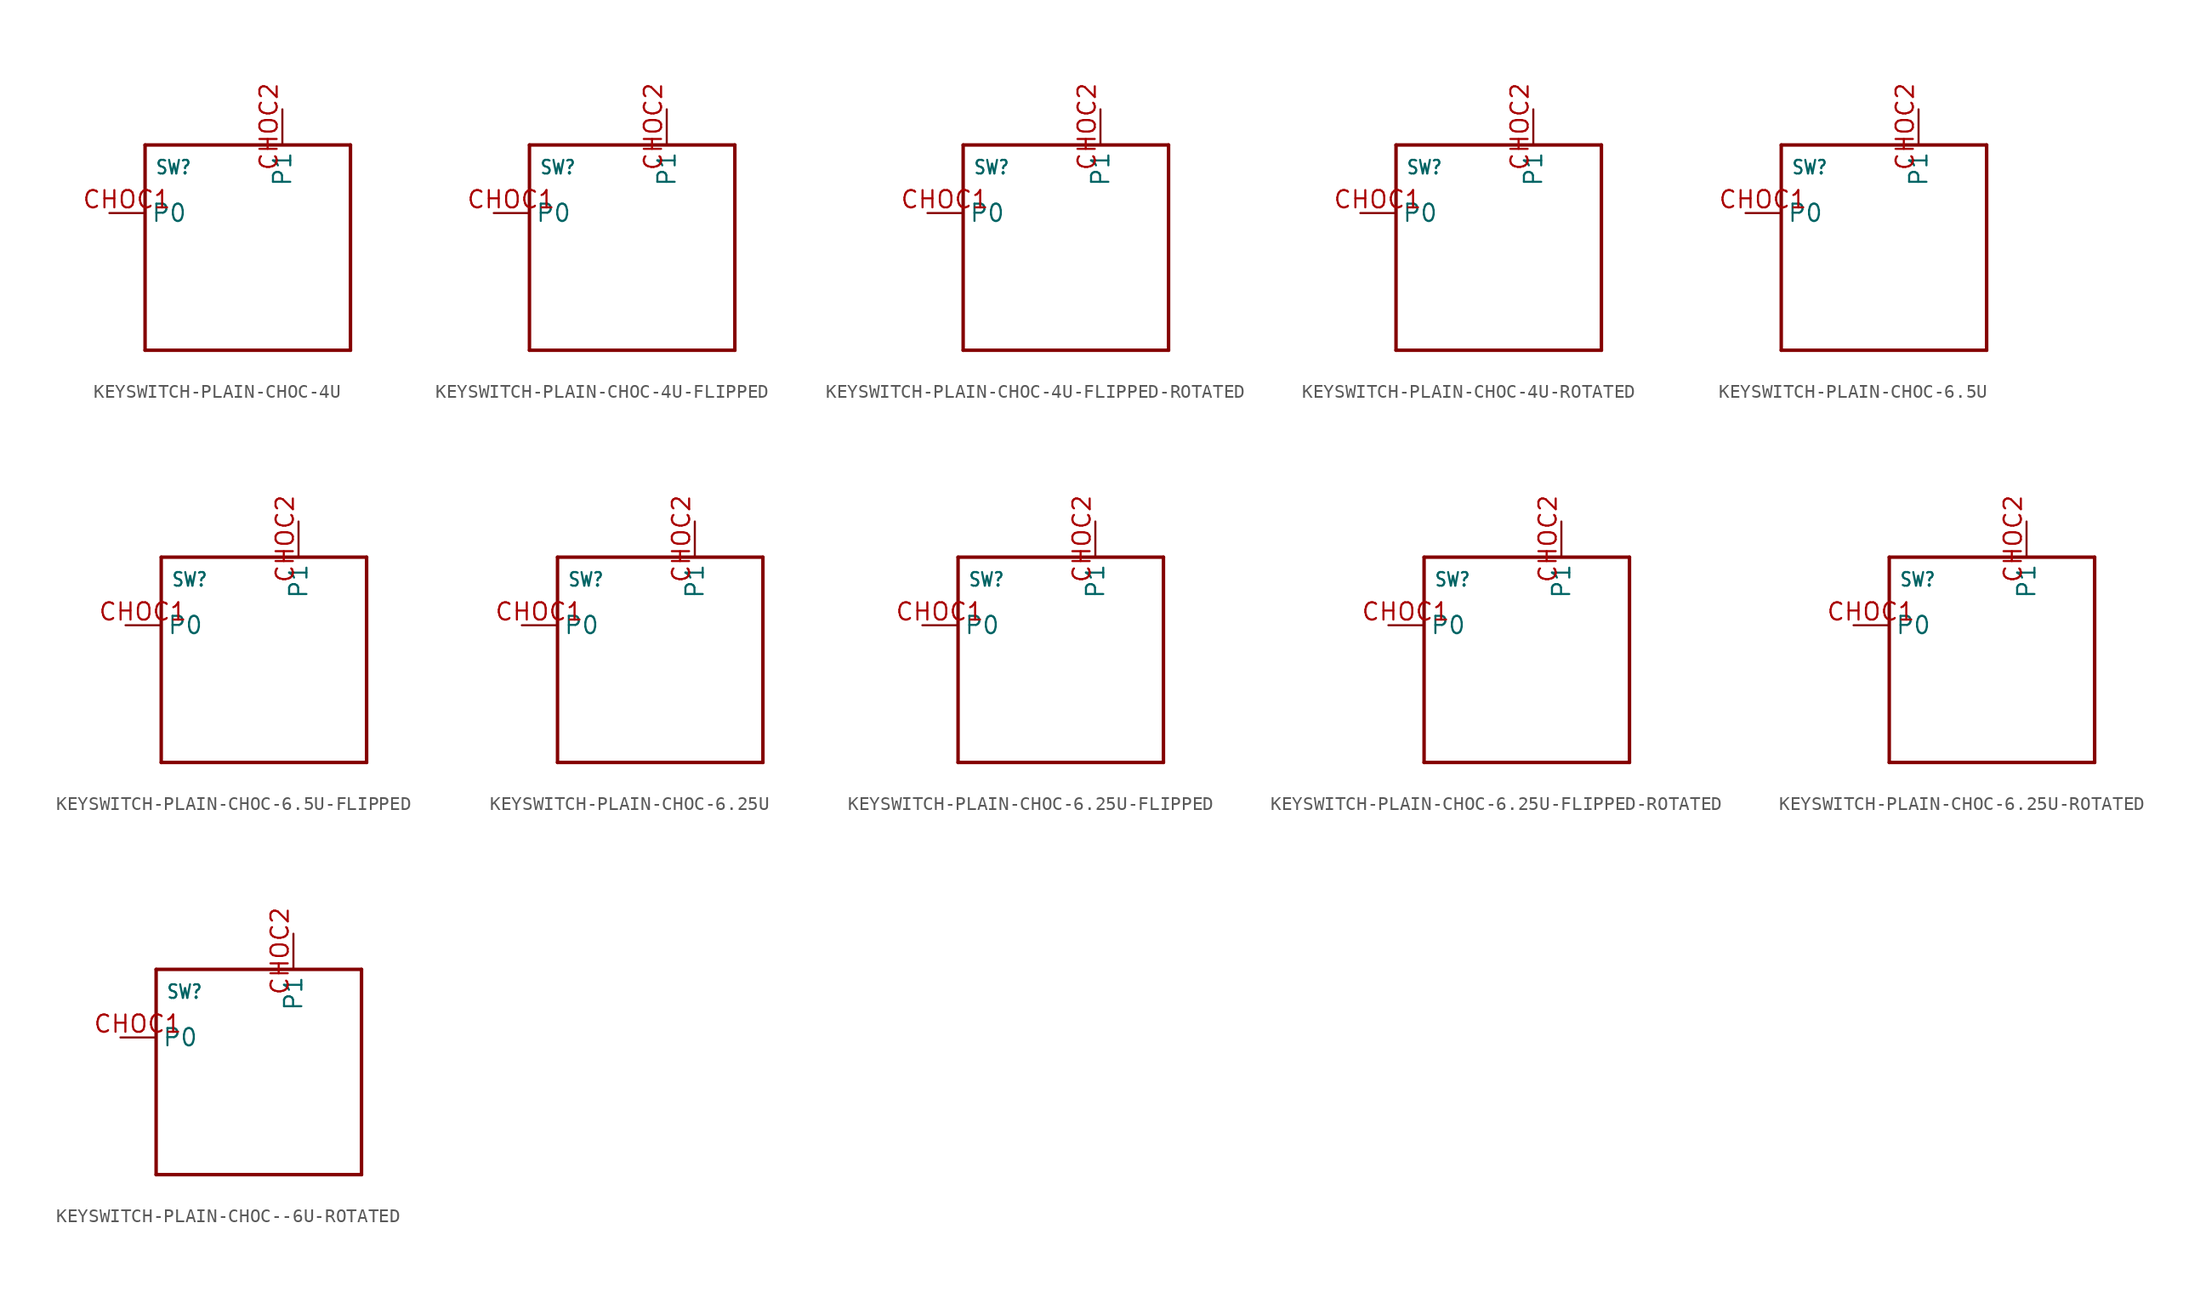
<source format=kicad_sym>
(kicad_symbol_lib
  (version 20211014)
  (generator kicad_symbol_editor)
  (symbol "KEYSWITCH-PLAIN-CHOC-4U"
    (property "Reference" "SW"
      (at -6.81 5.318 0)
      (effects (font (size 1 0.85)) (justify left bottom)))
    (property "ki_locked" ""
      (at 0 0 0)
      (effects (font (size 1.27 1.27))))
    (symbol "KEYSWITCH-PLAIN-CHOC-4U_1_0"
      (polyline (pts (xy -7.54 -7.54) (xy -7.54 7.54)) (stroke (width 0.254) (type default) (color 0 0 0 0)) (fill (type none)))
      (polyline (pts (xy -7.54 7.54) (xy 7.54 7.54)) (stroke (width 0.254) (type default) (color 0 0 0 0)) (fill (type none)))
      (polyline (pts (xy 7.54 -7.54) (xy -7.54 -7.54)) (stroke (width 0.254) (type default) (color 0 0 0 0)) (fill (type none)))
      (polyline (pts (xy 7.54 7.54) (xy 7.54 -7.54)) (stroke (width 0.254) (type default) (color 0 0 0 0)) (fill (type none)))
      (pin bidirectional line (at -10.16 2.54 0) (length 2.54) (name "P0" (effects (font (size 1.27 1.27)))) (number "CHOC1" (effects (font (size 1.27 1.27)))))
      (pin bidirectional line (at 2.54 10.16 270) (length 2.54) (name "P1" (effects (font (size 1.27 1.27)))) (number "CHOC2" (effects (font (size 1.27 1.27)))))))
  (symbol "KEYSWITCH-PLAIN-CHOC-4U-FLIPPED"
    (property "Reference" "SW"
      (at -6.81 5.318 0)
      (effects (font (size 1 0.85)) (justify left bottom)))
    (property "ki_locked" ""
      (at 0 0 0)
      (effects (font (size 1.27 1.27))))
    (symbol "KEYSWITCH-PLAIN-CHOC-4U-FLIPPED_1_0"
      (polyline (pts (xy -7.54 -7.54) (xy -7.54 7.54)) (stroke (width 0.254) (type default) (color 0 0 0 0)) (fill (type none)))
      (polyline (pts (xy -7.54 7.54) (xy 7.54 7.54)) (stroke (width 0.254) (type default) (color 0 0 0 0)) (fill (type none)))
      (polyline (pts (xy 7.54 -7.54) (xy -7.54 -7.54)) (stroke (width 0.254) (type default) (color 0 0 0 0)) (fill (type none)))
      (polyline (pts (xy 7.54 7.54) (xy 7.54 -7.54)) (stroke (width 0.254) (type default) (color 0 0 0 0)) (fill (type none)))
      (pin bidirectional line (at -10.16 2.54 0) (length 2.54) (name "P0" (effects (font (size 1.27 1.27)))) (number "CHOC1" (effects (font (size 1.27 1.27)))))
      (pin bidirectional line (at 2.54 10.16 270) (length 2.54) (name "P1" (effects (font (size 1.27 1.27)))) (number "CHOC2" (effects (font (size 1.27 1.27)))))))
  (symbol "KEYSWITCH-PLAIN-CHOC-4U-FLIPPED-ROTATED"
    (property "Reference" "SW"
      (at -6.81 5.318 0)
      (effects (font (size 1 0.85)) (justify left bottom)))
    (property "ki_locked" ""
      (at 0 0 0)
      (effects (font (size 1.27 1.27))))
    (symbol "KEYSWITCH-PLAIN-CHOC-4U-FLIPPED-ROTATED_1_0"
      (polyline (pts (xy -7.54 -7.54) (xy -7.54 7.54)) (stroke (width 0.254) (type default) (color 0 0 0 0)) (fill (type none)))
      (polyline (pts (xy -7.54 7.54) (xy 7.54 7.54)) (stroke (width 0.254) (type default) (color 0 0 0 0)) (fill (type none)))
      (polyline (pts (xy 7.54 -7.54) (xy -7.54 -7.54)) (stroke (width 0.254) (type default) (color 0 0 0 0)) (fill (type none)))
      (polyline (pts (xy 7.54 7.54) (xy 7.54 -7.54)) (stroke (width 0.254) (type default) (color 0 0 0 0)) (fill (type none)))
      (pin bidirectional line (at -10.16 2.54 0) (length 2.54) (name "P0" (effects (font (size 1.27 1.27)))) (number "CHOC1" (effects (font (size 1.27 1.27)))))
      (pin bidirectional line (at 2.54 10.16 270) (length 2.54) (name "P1" (effects (font (size 1.27 1.27)))) (number "CHOC2" (effects (font (size 1.27 1.27)))))))
  (symbol "KEYSWITCH-PLAIN-CHOC-4U-ROTATED"
    (property "Reference" "SW"
      (at -6.81 5.318 0)
      (effects (font (size 1 0.85)) (justify left bottom)))
    (property "ki_locked" ""
      (at 0 0 0)
      (effects (font (size 1.27 1.27))))
    (symbol "KEYSWITCH-PLAIN-CHOC-4U-ROTATED_1_0"
      (polyline (pts (xy -7.54 -7.54) (xy -7.54 7.54)) (stroke (width 0.254) (type default) (color 0 0 0 0)) (fill (type none)))
      (polyline (pts (xy -7.54 7.54) (xy 7.54 7.54)) (stroke (width 0.254) (type default) (color 0 0 0 0)) (fill (type none)))
      (polyline (pts (xy 7.54 -7.54) (xy -7.54 -7.54)) (stroke (width 0.254) (type default) (color 0 0 0 0)) (fill (type none)))
      (polyline (pts (xy 7.54 7.54) (xy 7.54 -7.54)) (stroke (width 0.254) (type default) (color 0 0 0 0)) (fill (type none)))
      (pin bidirectional line (at -10.16 2.54 0) (length 2.54) (name "P0" (effects (font (size 1.27 1.27)))) (number "CHOC1" (effects (font (size 1.27 1.27)))))
      (pin bidirectional line (at 2.54 10.16 270) (length 2.54) (name "P1" (effects (font (size 1.27 1.27)))) (number "CHOC2" (effects (font (size 1.27 1.27)))))))
  (symbol "KEYSWITCH-PLAIN-CHOC-6.5U"
    (property "Reference" "SW"
      (at -6.81 5.318 0)
      (effects (font (size 1 0.85)) (justify left bottom)))
    (property "ki_locked" ""
      (at 0 0 0)
      (effects (font (size 1.27 1.27))))
    (symbol "KEYSWITCH-PLAIN-CHOC-6.5U_1_0"
      (polyline (pts (xy -7.54 -7.54) (xy -7.54 7.54)) (stroke (width 0.254) (type default) (color 0 0 0 0)) (fill (type none)))
      (polyline (pts (xy -7.54 7.54) (xy 7.54 7.54)) (stroke (width 0.254) (type default) (color 0 0 0 0)) (fill (type none)))
      (polyline (pts (xy 7.54 -7.54) (xy -7.54 -7.54)) (stroke (width 0.254) (type default) (color 0 0 0 0)) (fill (type none)))
      (polyline (pts (xy 7.54 7.54) (xy 7.54 -7.54)) (stroke (width 0.254) (type default) (color 0 0 0 0)) (fill (type none)))
      (pin bidirectional line (at -10.16 2.54 0) (length 2.54) (name "P0" (effects (font (size 1.27 1.27)))) (number "CHOC1" (effects (font (size 1.27 1.27)))))
      (pin bidirectional line (at 2.54 10.16 270) (length 2.54) (name "P1" (effects (font (size 1.27 1.27)))) (number "CHOC2" (effects (font (size 1.27 1.27)))))))
  (symbol "KEYSWITCH-PLAIN-CHOC-6.5U-FLIPPED"
    (property "Reference" "SW"
      (at -6.81 5.318 0)
      (effects (font (size 1 0.85)) (justify left bottom)))
    (property "ki_locked" ""
      (at 0 0 0)
      (effects (font (size 1.27 1.27))))
    (symbol "KEYSWITCH-PLAIN-CHOC-6.5U-FLIPPED_1_0"
      (polyline (pts (xy -7.54 -7.54) (xy -7.54 7.54)) (stroke (width 0.254) (type default) (color 0 0 0 0)) (fill (type none)))
      (polyline (pts (xy -7.54 7.54) (xy 7.54 7.54)) (stroke (width 0.254) (type default) (color 0 0 0 0)) (fill (type none)))
      (polyline (pts (xy 7.54 -7.54) (xy -7.54 -7.54)) (stroke (width 0.254) (type default) (color 0 0 0 0)) (fill (type none)))
      (polyline (pts (xy 7.54 7.54) (xy 7.54 -7.54)) (stroke (width 0.254) (type default) (color 0 0 0 0)) (fill (type none)))
      (pin bidirectional line (at -10.16 2.54 0) (length 2.54) (name "P0" (effects (font (size 1.27 1.27)))) (number "CHOC1" (effects (font (size 1.27 1.27)))))
      (pin bidirectional line (at 2.54 10.16 270) (length 2.54) (name "P1" (effects (font (size 1.27 1.27)))) (number "CHOC2" (effects (font (size 1.27 1.27)))))))
  (symbol "KEYSWITCH-PLAIN-CHOC-6.25U"
    (property "Reference" "SW"
      (at -6.81 5.318 0)
      (effects (font (size 1 0.85)) (justify left bottom)))
    (property "ki_locked" ""
      (at 0 0 0)
      (effects (font (size 1.27 1.27))))
    (symbol "KEYSWITCH-PLAIN-CHOC-6.25U_1_0"
      (polyline (pts (xy -7.54 -7.54) (xy -7.54 7.54)) (stroke (width 0.254) (type default) (color 0 0 0 0)) (fill (type none)))
      (polyline (pts (xy -7.54 7.54) (xy 7.54 7.54)) (stroke (width 0.254) (type default) (color 0 0 0 0)) (fill (type none)))
      (polyline (pts (xy 7.54 -7.54) (xy -7.54 -7.54)) (stroke (width 0.254) (type default) (color 0 0 0 0)) (fill (type none)))
      (polyline (pts (xy 7.54 7.54) (xy 7.54 -7.54)) (stroke (width 0.254) (type default) (color 0 0 0 0)) (fill (type none)))
      (pin bidirectional line (at -10.16 2.54 0) (length 2.54) (name "P0" (effects (font (size 1.27 1.27)))) (number "CHOC1" (effects (font (size 1.27 1.27)))))
      (pin bidirectional line (at 2.54 10.16 270) (length 2.54) (name "P1" (effects (font (size 1.27 1.27)))) (number "CHOC2" (effects (font (size 1.27 1.27)))))))
  (symbol "KEYSWITCH-PLAIN-CHOC-6.25U-FLIPPED"
    (property "Reference" "SW"
      (at -6.81 5.318 0)
      (effects (font (size 1 0.85)) (justify left bottom)))
    (property "ki_locked" ""
      (at 0 0 0)
      (effects (font (size 1.27 1.27))))
    (symbol "KEYSWITCH-PLAIN-CHOC-6.25U-FLIPPED_1_0"
      (polyline (pts (xy -7.54 -7.54) (xy -7.54 7.54)) (stroke (width 0.254) (type default) (color 0 0 0 0)) (fill (type none)))
      (polyline (pts (xy -7.54 7.54) (xy 7.54 7.54)) (stroke (width 0.254) (type default) (color 0 0 0 0)) (fill (type none)))
      (polyline (pts (xy 7.54 -7.54) (xy -7.54 -7.54)) (stroke (width 0.254) (type default) (color 0 0 0 0)) (fill (type none)))
      (polyline (pts (xy 7.54 7.54) (xy 7.54 -7.54)) (stroke (width 0.254) (type default) (color 0 0 0 0)) (fill (type none)))
      (pin bidirectional line (at -10.16 2.54 0) (length 2.54) (name "P0" (effects (font (size 1.27 1.27)))) (number "CHOC1" (effects (font (size 1.27 1.27)))))
      (pin bidirectional line (at 2.54 10.16 270) (length 2.54) (name "P1" (effects (font (size 1.27 1.27)))) (number "CHOC2" (effects (font (size 1.27 1.27)))))))
  (symbol "KEYSWITCH-PLAIN-CHOC-6.25U-FLIPPED-ROTATED"
    (property "Reference" "SW"
      (at -6.81 5.318 0)
      (effects (font (size 1 0.85)) (justify left bottom)))
    (property "ki_locked" ""
      (at 0 0 0)
      (effects (font (size 1.27 1.27))))
    (symbol "KEYSWITCH-PLAIN-CHOC-6.25U-FLIPPED-ROTATED_1_0"
      (polyline (pts (xy -7.54 -7.54) (xy -7.54 7.54)) (stroke (width 0.254) (type default) (color 0 0 0 0)) (fill (type none)))
      (polyline (pts (xy -7.54 7.54) (xy 7.54 7.54)) (stroke (width 0.254) (type default) (color 0 0 0 0)) (fill (type none)))
      (polyline (pts (xy 7.54 -7.54) (xy -7.54 -7.54)) (stroke (width 0.254) (type default) (color 0 0 0 0)) (fill (type none)))
      (polyline (pts (xy 7.54 7.54) (xy 7.54 -7.54)) (stroke (width 0.254) (type default) (color 0 0 0 0)) (fill (type none)))
      (pin bidirectional line (at -10.16 2.54 0) (length 2.54) (name "P0" (effects (font (size 1.27 1.27)))) (number "CHOC1" (effects (font (size 1.27 1.27)))))
      (pin bidirectional line (at 2.54 10.16 270) (length 2.54) (name "P1" (effects (font (size 1.27 1.27)))) (number "CHOC2" (effects (font (size 1.27 1.27)))))))
  (symbol "KEYSWITCH-PLAIN-CHOC-6.25U-ROTATED"
    (property "Reference" "SW"
      (at -6.81 5.318 0)
      (effects (font (size 1 0.85)) (justify left bottom)))
    (property "ki_locked" ""
      (at 0 0 0)
      (effects (font (size 1.27 1.27))))
    (symbol "KEYSWITCH-PLAIN-CHOC-6.25U-ROTATED_1_0"
      (polyline (pts (xy -7.54 -7.54) (xy -7.54 7.54)) (stroke (width 0.254) (type default) (color 0 0 0 0)) (fill (type none)))
      (polyline (pts (xy -7.54 7.54) (xy 7.54 7.54)) (stroke (width 0.254) (type default) (color 0 0 0 0)) (fill (type none)))
      (polyline (pts (xy 7.54 -7.54) (xy -7.54 -7.54)) (stroke (width 0.254) (type default) (color 0 0 0 0)) (fill (type none)))
      (polyline (pts (xy 7.54 7.54) (xy 7.54 -7.54)) (stroke (width 0.254) (type default) (color 0 0 0 0)) (fill (type none)))
      (pin bidirectional line (at -10.16 2.54 0) (length 2.54) (name "P0" (effects (font (size 1.27 1.27)))) (number "CHOC1" (effects (font (size 1.27 1.27)))))
      (pin bidirectional line (at 2.54 10.16 270) (length 2.54) (name "P1" (effects (font (size 1.27 1.27)))) (number "CHOC2" (effects (font (size 1.27 1.27)))))))
  (symbol "KEYSWITCH-PLAIN-CHOC--6U-ROTATED"
    (property "Reference" "SW"
      (at -6.81 5.318 0)
      (effects (font (size 1 0.85)) (justify left bottom)))
    (property "ki_locked" ""
      (at 0 0 0)
      (effects (font (size 1.27 1.27))))
    (symbol "KEYSWITCH-PLAIN-CHOC--6U-ROTATED_1_0"
      (polyline (pts (xy -7.54 -7.54) (xy -7.54 7.54)) (stroke (width 0.254) (type default) (color 0 0 0 0)) (fill (type none)))
      (polyline (pts (xy -7.54 7.54) (xy 7.54 7.54)) (stroke (width 0.254) (type default) (color 0 0 0 0)) (fill (type none)))
      (polyline (pts (xy 7.54 -7.54) (xy -7.54 -7.54)) (stroke (width 0.254) (type default) (color 0 0 0 0)) (fill (type none)))
      (polyline (pts (xy 7.54 7.54) (xy 7.54 -7.54)) (stroke (width 0.254) (type default) (color 0 0 0 0)) (fill (type none)))
      (pin bidirectional line (at -10.16 2.54 0) (length 2.54) (name "P0" (effects (font (size 1.27 1.27)))) (number "CHOC1" (effects (font (size 1.27 1.27)))))
      (pin bidirectional line (at 2.54 10.16 270) (length 2.54) (name "P1" (effects (font (size 1.27 1.27)))) (number "CHOC2" (effects (font (size 1.27 1.27))))))))
</source>
